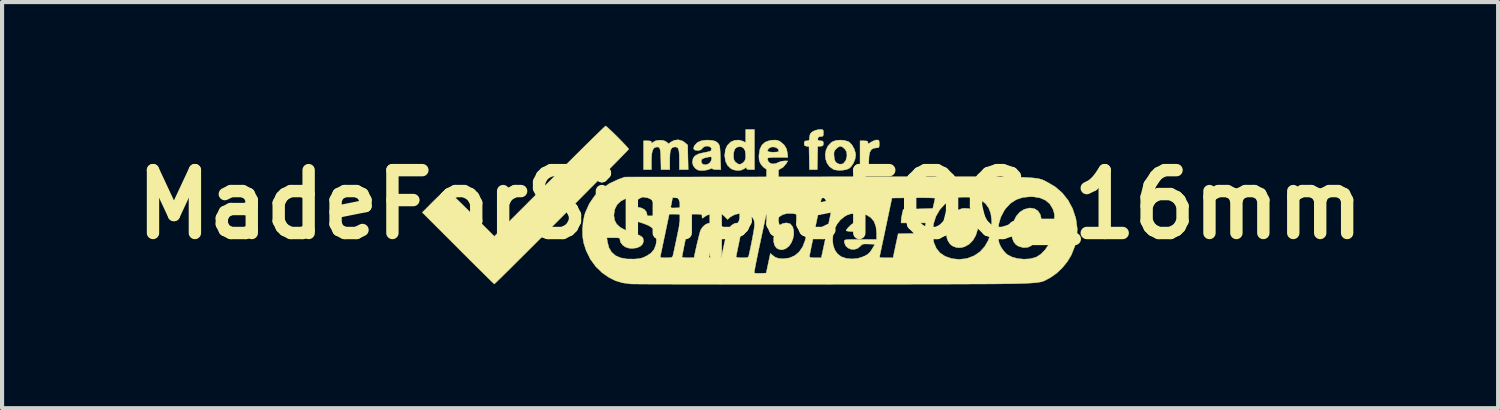
<source format=kicad_pcb>
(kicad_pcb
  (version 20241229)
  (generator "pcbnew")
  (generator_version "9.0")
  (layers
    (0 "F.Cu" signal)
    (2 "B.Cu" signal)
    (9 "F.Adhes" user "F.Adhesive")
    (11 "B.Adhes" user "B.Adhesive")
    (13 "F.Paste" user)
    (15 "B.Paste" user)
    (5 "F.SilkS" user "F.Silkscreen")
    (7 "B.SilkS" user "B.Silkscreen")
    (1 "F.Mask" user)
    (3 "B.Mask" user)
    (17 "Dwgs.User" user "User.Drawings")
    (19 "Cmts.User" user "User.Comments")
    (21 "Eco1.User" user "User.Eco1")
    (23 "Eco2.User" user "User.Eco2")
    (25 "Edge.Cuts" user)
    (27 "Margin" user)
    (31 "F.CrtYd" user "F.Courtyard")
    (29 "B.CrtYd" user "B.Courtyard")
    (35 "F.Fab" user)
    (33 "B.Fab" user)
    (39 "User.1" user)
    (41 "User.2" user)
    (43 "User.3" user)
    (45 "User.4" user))
  (footprint "MadeForSimpleFOC_16mm"
    (layer "F.Cu")
    (at 15.138 1.91)
    (property "Reference" "MadeForSimpleFOC_16mm" (at 0 0 0) (layer "F.SilkS") (effects (font (size 1.524 1.524) (thickness 0.3))))
    (attr through_hole)
    (fp_poly (pts (xy 2.653 0.45) (xy 2.705 0.465) (xy 2.716 0.471) (xy 2.743 0.505) (xy 2.767 0.556) (xy 2.781 0.607) (xy 2.78 0.641) (xy 2.778 0.644) (xy 2.75 0.652) (xy 2.694 0.656) (xy 2.618 0.657) (xy 2.534 0.656) (xy 2.453 0.653) (xy 2.385 0.647) (xy 2.34 0.639) (xy 2.328 0.633) (xy 2.342 0.605) (xy 2.378 0.561) (xy 2.411 0.527) (xy 2.465 0.477) (xy 2.512 0.452) (xy 2.568 0.445) (xy 2.586 0.445) (xy 2.653 0.45)) (stroke (width 0.01) (type solid)) (fill yes) (layer "F.SilkS"))
    (fp_poly (pts (xy 0.955 0.46) (xy 0.981 0.475) (xy 1.032 0.539) (xy 1.057 0.625) (xy 1.059 0.724) (xy 1.04 0.827) (xy 1.001 0.924) (xy 0.945 1.006) (xy 0.873 1.063) (xy 0.857 1.071) (xy 0.805 1.09) (xy 0.771 1.098) (xy 0.768 1.098) (xy 0.736 1.092) (xy 0.704 1.086) (xy 0.641 1.054) (xy 0.598 0.994) (xy 0.575 0.913) (xy 0.572 0.819) (xy 0.588 0.72) (xy 0.624 0.624) (xy 0.679 0.541) (xy 0.718 0.502) (xy 0.794 0.459) (xy 0.878 0.445) (xy 0.955 0.46)) (stroke (width 0.01) (type solid)) (fill yes) (layer "F.SilkS"))
    (fp_poly (pts (xy 5.312 0.098) (xy 5.408 0.138) (xy 5.478 0.211) (xy 5.52 0.315) (xy 5.533 0.443) (xy 5.518 0.603) (xy 5.474 0.746) (xy 5.404 0.867) (xy 5.312 0.961) (xy 5.2 1.023) (xy 5.122 1.043) (xy 5.055 1.046) (xy 4.995 1.038) (xy 4.994 1.038) (xy 4.906 1.003) (xy 4.846 0.952) (xy 4.802 0.884) (xy 4.779 0.83) (xy 4.767 0.774) (xy 4.764 0.703) (xy 4.767 0.631) (xy 4.792 0.469) (xy 4.844 0.332) (xy 4.92 0.222) (xy 5.018 0.143) (xy 5.136 0.098) (xy 5.19 0.091) (xy 5.312 0.098)) (stroke (width 0.01) (type solid)) (fill yes) (layer "F.SilkS"))
    (fp_poly (pts (xy 3.109 -1.563) (xy 3.127 -1.547) (xy 3.132 -1.505) (xy 3.133 -1.471) (xy 3.131 -1.413) (xy 3.12 -1.385) (xy 3.092 -1.376) (xy 3.064 -1.375) (xy 2.991 -1.364) (xy 2.939 -1.33) (xy 2.904 -1.269) (xy 2.885 -1.176) (xy 2.879 -1.046) (xy 2.879 -1.039) (xy 2.879 -0.847) (xy 2.667 -0.847) (xy 2.667 -1.545) (xy 2.762 -1.545) (xy 2.822 -1.542) (xy 2.85 -1.531) (xy 2.857 -1.506) (xy 2.857 -1.503) (xy 2.86 -1.479) (xy 2.874 -1.477) (xy 2.909 -1.497) (xy 2.935 -1.514) (xy 2.997 -1.547) (xy 3.058 -1.565) (xy 3.072 -1.566) (xy 3.109 -1.563)) (stroke (width 0.01) (type solid)) (fill yes) (layer "F.SilkS"))
    (fp_poly (pts (xy 1.751 -1.818) (xy 1.772 -1.802) (xy 1.778 -1.761) (xy 1.778 -1.736) (xy 1.775 -1.681) (xy 1.762 -1.657) (xy 1.729 -1.651) (xy 1.717 -1.651) (xy 1.665 -1.64) (xy 1.645 -1.61) (xy 1.642 -1.569) (xy 1.665 -1.55) (xy 1.718 -1.545) (xy 1.761 -1.539) (xy 1.776 -1.513) (xy 1.778 -1.483) (xy 1.772 -1.439) (xy 1.747 -1.42) (xy 1.709 -1.414) (xy 1.64 -1.408) (xy 1.635 -1.127) (xy 1.629 -0.847) (xy 1.441 -0.847) (xy 1.435 -1.127) (xy 1.429 -1.408) (xy 1.371 -1.414) (xy 1.328 -1.426) (xy 1.313 -1.459) (xy 1.312 -1.483) (xy 1.318 -1.527) (xy 1.343 -1.543) (xy 1.376 -1.545) (xy 1.42 -1.55) (xy 1.437 -1.574) (xy 1.439 -1.61) (xy 1.447 -1.672) (xy 1.462 -1.718) (xy 1.506 -1.762) (xy 1.577 -1.797) (xy 1.661 -1.818) (xy 1.703 -1.82) (xy 1.751 -1.818)) (stroke (width 0.01) (type solid)) (fill yes) (layer "F.SilkS"))
    (fp_poly (pts (xy 2.292 -1.554) (xy 2.378 -1.528) (xy 2.407 -1.511) (xy 2.47 -1.446) (xy 2.522 -1.355) (xy 2.554 -1.257) (xy 2.561 -1.196) (xy 2.546 -1.102) (xy 2.506 -1.005) (xy 2.45 -0.921) (xy 2.407 -0.881) (xy 2.342 -0.851) (xy 2.252 -0.834) (xy 2.154 -0.83) (xy 2.064 -0.84) (xy 2.02 -0.854) (xy 1.931 -0.916) (xy 1.868 -1.002) (xy 1.832 -1.104) (xy 1.824 -1.213) (xy 1.826 -1.225) (xy 2.033 -1.225) (xy 2.037 -1.17) (xy 2.048 -1.09) (xy 2.069 -1.039) (xy 2.095 -1.012) (xy 2.163 -0.979) (xy 2.232 -0.982) (xy 2.267 -1.001) (xy 2.322 -1.07) (xy 2.348 -1.167) (xy 2.349 -1.207) (xy 2.34 -1.279) (xy 2.307 -1.336) (xy 2.288 -1.356) (xy 2.23 -1.403) (xy 2.18 -1.414) (xy 2.128 -1.387) (xy 2.091 -1.354) (xy 2.054 -1.313) (xy 2.037 -1.276) (xy 2.033 -1.225) (xy 1.826 -1.225) (xy 1.842 -1.32) (xy 1.888 -1.419) (xy 1.962 -1.499) (xy 2.011 -1.53) (xy 2.093 -1.556) (xy 2.192 -1.563) (xy 2.292 -1.554)) (stroke (width 0.01) (type solid)) (fill yes) (layer "F.SilkS"))
    (fp_poly (pts (xy 0.106 -0.847) (xy 0.011 -0.847) (xy -0.051 -0.85) (xy -0.08 -0.864) (xy -0.085 -0.88) (xy -0.09 -0.898) (xy -0.112 -0.89) (xy -0.14 -0.869) (xy -0.217 -0.834) (xy -0.31 -0.825) (xy -0.404 -0.843) (xy -0.466 -0.873) (xy -0.547 -0.951) (xy -0.596 -1.052) (xy -0.614 -1.18) (xy -0.614 -1.193) (xy -0.402 -1.193) (xy -0.398 -1.117) (xy -0.383 -1.067) (xy -0.351 -1.026) (xy -0.35 -1.026) (xy -0.302 -0.99) (xy -0.256 -0.974) (xy -0.254 -0.974) (xy -0.209 -0.988) (xy -0.161 -1.023) (xy -0.158 -1.026) (xy -0.126 -1.067) (xy -0.11 -1.117) (xy -0.106 -1.192) (xy -0.106 -1.193) (xy -0.117 -1.296) (xy -0.151 -1.364) (xy -0.209 -1.399) (xy -0.254 -1.404) (xy -0.326 -1.388) (xy -0.374 -1.34) (xy -0.398 -1.257) (xy -0.402 -1.193) (xy -0.614 -1.193) (xy -0.614 -1.196) (xy -0.599 -1.327) (xy -0.554 -1.431) (xy -0.476 -1.511) (xy -0.466 -1.519) (xy -0.374 -1.558) (xy -0.27 -1.564) (xy -0.171 -1.536) (xy -0.168 -1.534) (xy -0.106 -1.502) (xy -0.106 -1.82) (xy 0.106 -1.82) (xy 0.106 -0.847)) (stroke (width 0.01) (type solid)) (fill yes) (layer "F.SilkS"))
    (fp_poly (pts (xy -1.647 -1.546) (xy -1.583 -1.505) (xy -1.513 -1.443) (xy -1.507 -1.145) (xy -1.5 -0.847) (xy -1.714 -0.847) (xy -1.714 -1.081) (xy -1.716 -1.205) (xy -1.724 -1.292) (xy -1.738 -1.349) (xy -1.761 -1.382) (xy -1.795 -1.395) (xy -1.82 -1.397) (xy -1.87 -1.39) (xy -1.905 -1.364) (xy -1.929 -1.315) (xy -1.942 -1.236) (xy -1.947 -1.123) (xy -1.947 -1.075) (xy -1.947 -0.847) (xy -2.158 -0.847) (xy -2.164 -1.104) (xy -2.168 -1.225) (xy -2.176 -1.31) (xy -2.19 -1.363) (xy -2.213 -1.39) (xy -2.247 -1.397) (xy -2.291 -1.39) (xy -2.333 -1.367) (xy -2.362 -1.32) (xy -2.381 -1.245) (xy -2.39 -1.135) (xy -2.392 -1.045) (xy -2.392 -0.847) (xy -2.582 -0.847) (xy -2.582 -1.545) (xy -2.487 -1.545) (xy -2.426 -1.542) (xy -2.397 -1.529) (xy -2.392 -1.51) (xy -2.388 -1.488) (xy -2.371 -1.494) (xy -2.35 -1.513) (xy -2.287 -1.547) (xy -2.202 -1.561) (xy -2.115 -1.556) (xy -2.057 -1.536) (xy -2.012 -1.508) (xy -1.99 -1.482) (xy -1.99 -1.479) (xy -1.976 -1.477) (xy -1.941 -1.498) (xy -1.925 -1.512) (xy -1.839 -1.558) (xy -1.742 -1.57) (xy -1.647 -1.546)) (stroke (width 0.01) (type solid)) (fill yes) (layer "F.SilkS"))
    (fp_poly (pts (xy 0.679 -1.553) (xy 0.729 -1.527) (xy 0.739 -1.521) (xy 0.829 -1.442) (xy 0.883 -1.353) (xy 0.905 -1.25) (xy 0.916 -1.143) (xy 0.669 -1.143) (xy 0.564 -1.143) (xy 0.494 -1.14) (xy 0.452 -1.135) (xy 0.431 -1.126) (xy 0.424 -1.111) (xy 0.423 -1.102) (xy 0.441 -1.042) (xy 0.488 -1.001) (xy 0.553 -0.985) (xy 0.628 -0.995) (xy 0.668 -1.014) (xy 0.747 -1.046) (xy 0.829 -1.058) (xy 0.914 -1.058) (xy 0.874 -0.99) (xy 0.802 -0.906) (xy 0.706 -0.85) (xy 0.595 -0.823) (xy 0.48 -0.829) (xy 0.381 -0.865) (xy 0.322 -0.909) (xy 0.269 -0.97) (xy 0.258 -0.986) (xy 0.231 -1.042) (xy 0.218 -1.099) (xy 0.215 -1.174) (xy 0.217 -1.211) (xy 0.235 -1.321) (xy 0.424 -1.321) (xy 0.426 -1.293) (xy 0.467 -1.276) (xy 0.546 -1.27) (xy 0.561 -1.27) (xy 0.641 -1.273) (xy 0.685 -1.281) (xy 0.698 -1.298) (xy 0.699 -1.298) (xy 0.68 -1.347) (xy 0.634 -1.381) (xy 0.572 -1.398) (xy 0.509 -1.393) (xy 0.457 -1.364) (xy 0.424 -1.321) (xy 0.235 -1.321) (xy 0.238 -1.342) (xy 0.288 -1.443) (xy 0.367 -1.513) (xy 0.476 -1.553) (xy 0.545 -1.562) (xy 0.623 -1.563) (xy 0.679 -1.553)) (stroke (width 0.01) (type solid)) (fill yes) (layer "F.SilkS"))
    (fp_poly (pts (xy -0.982 -1.561) (xy -0.897 -1.551) (xy -0.841 -1.535) (xy -0.799 -1.507) (xy -0.786 -1.494) (xy -0.764 -1.47) (xy -0.748 -1.444) (xy -0.737 -1.409) (xy -0.73 -1.357) (xy -0.725 -1.28) (xy -0.721 -1.17) (xy -0.72 -1.143) (xy -0.709 -0.847) (xy -0.808 -0.847) (xy -0.868 -0.851) (xy -0.907 -0.862) (xy -0.914 -0.869) (xy -0.937 -0.877) (xy -0.985 -0.859) (xy -1.043 -0.839) (xy -1.121 -0.827) (xy -1.161 -0.826) (xy -1.233 -0.829) (xy -1.282 -0.845) (xy -1.326 -0.878) (xy -1.335 -0.887) (xy -1.38 -0.947) (xy -1.396 -1.013) (xy -1.397 -1.032) (xy -1.394 -1.048) (xy -1.185 -1.048) (xy -1.169 -0.997) (xy -1.127 -0.969) (xy -1.07 -0.964) (xy -1.011 -0.985) (xy -0.968 -1.02) (xy -0.94 -1.073) (xy -0.931 -1.115) (xy -0.935 -1.147) (xy -0.954 -1.159) (xy -1 -1.153) (xy -1.011 -1.152) (xy -1.099 -1.132) (xy -1.153 -1.111) (xy -1.179 -1.082) (xy -1.185 -1.048) (xy -1.394 -1.048) (xy -1.382 -1.118) (xy -1.334 -1.182) (xy -1.251 -1.227) (xy -1.172 -1.248) (xy -1.074 -1.267) (xy -1.01 -1.281) (xy -0.972 -1.292) (xy -0.951 -1.303) (xy -0.942 -1.317) (xy -0.939 -1.324) (xy -0.938 -1.368) (xy -0.968 -1.399) (xy -1.016 -1.416) (xy -1.071 -1.416) (xy -1.124 -1.396) (xy -1.156 -1.365) (xy -1.191 -1.328) (xy -1.243 -1.313) (xy -1.273 -1.312) (xy -1.339 -1.321) (xy -1.368 -1.35) (xy -1.361 -1.4) (xy -1.341 -1.438) (xy -1.278 -1.505) (xy -1.182 -1.547) (xy -1.059 -1.563) (xy -0.982 -1.561)) (stroke (width 0.01) (type solid)) (fill yes) (layer "F.SilkS"))
    (fp_poly (pts (xy -3.481 -1.891) (xy -3.436 -1.851) (xy -3.374 -1.793) (xy -3.3 -1.722) (xy -3.22 -1.643) (xy -3.141 -1.563) (xy -3.068 -1.487) (xy -3.006 -1.422) (xy -2.963 -1.373) (xy -2.943 -1.346) (xy -2.942 -1.344) (xy -2.957 -1.327) (xy -2.999 -1.282) (xy -3.067 -1.213) (xy -3.157 -1.12) (xy -3.268 -1.007) (xy -3.397 -0.876) (xy -3.543 -0.729) (xy -3.701 -0.569) (xy -3.871 -0.398) (xy -4.05 -0.218) (xy -4.235 -0.031) (xy -4.425 0.159) (xy -4.616 0.351) (xy -4.807 0.542) (xy -4.995 0.73) (xy -5.177 0.913) (xy -5.352 1.088) (xy -5.517 1.252) (xy -5.67 1.404) (xy -5.808 1.542) (xy -5.93 1.662) (xy -6.031 1.762) (xy -6.112 1.841) (xy -6.168 1.895) (xy -6.198 1.923) (xy -6.202 1.926) (xy -6.218 1.912) (xy -6.262 1.87) (xy -6.33 1.803) (xy -6.421 1.714) (xy -6.53 1.606) (xy -6.656 1.482) (xy -6.796 1.342) (xy -6.947 1.192) (xy -7.08 1.058) (xy -7.948 0.191) (xy -7.673 -0.085) (xy -7.584 -0.172) (xy -7.503 -0.248) (xy -7.437 -0.308) (xy -7.389 -0.347) (xy -7.366 -0.36) (xy -7.345 -0.345) (xy -7.297 -0.304) (xy -7.226 -0.239) (xy -7.136 -0.154) (xy -7.03 -0.052) (xy -6.912 0.064) (xy -6.784 0.19) (xy -6.768 0.206) (xy -6.202 0.772) (xy -4.863 -0.566) (xy -4.665 -0.764) (xy -4.476 -0.953) (xy -4.297 -1.13) (xy -4.131 -1.295) (xy -3.979 -1.445) (xy -3.845 -1.577) (xy -3.729 -1.69) (xy -3.635 -1.781) (xy -3.565 -1.849) (xy -3.52 -1.891) (xy -3.503 -1.905) (xy -3.481 -1.891)) (stroke (width 0.01) (type solid)) (fill yes) (layer "F.SilkS"))
    (fp_poly (pts (xy 4.886 -0.675) (xy 5.183 -0.675) (xy 5.45 -0.674) (xy 5.69 -0.673) (xy 5.904 -0.672) (xy 6.093 -0.67) (xy 6.261 -0.668) (xy 6.407 -0.665) (xy 6.534 -0.662) (xy 6.644 -0.658) (xy 6.737 -0.653) (xy 6.817 -0.648) (xy 6.883 -0.643) (xy 6.939 -0.636) (xy 6.986 -0.629) (xy 7.024 -0.62) (xy 7.057 -0.611) (xy 7.086 -0.601) (xy 7.111 -0.591) (xy 7.136 -0.579) (xy 7.161 -0.566) (xy 7.188 -0.552) (xy 7.207 -0.543) (xy 7.403 -0.427) (xy 7.572 -0.279) (xy 7.712 -0.103) (xy 7.82 0.098) (xy 7.894 0.32) (xy 7.904 0.365) (xy 7.933 0.583) (xy 7.925 0.792) (xy 7.879 0.998) (xy 7.795 1.21) (xy 7.787 1.228) (xy 7.693 1.384) (xy 7.572 1.533) (xy 7.433 1.665) (xy 7.287 1.767) (xy 7.239 1.794) (xy 7.211 1.808) (xy 7.186 1.822) (xy 7.163 1.834) (xy 7.139 1.846) (xy 7.115 1.856) (xy 7.086 1.866) (xy 7.053 1.875) (xy 7.014 1.882) (xy 6.966 1.889) (xy 6.908 1.896) (xy 6.838 1.901) (xy 6.755 1.906) (xy 6.657 1.911) (xy 6.542 1.914) (xy 6.409 1.918) (xy 6.256 1.92) (xy 6.082 1.923) (xy 5.884 1.925) (xy 5.661 1.926) (xy 5.411 1.927) (xy 5.133 1.928) (xy 4.825 1.929) (xy 4.485 1.93) (xy 4.112 1.93) (xy 3.704 1.931) (xy 3.259 1.931) (xy 2.776 1.932) (xy 2.253 1.932) (xy 2.05 1.932) (xy 1.6 1.933) (xy 1.161 1.933) (xy 0.733 1.933) (xy 0.32 1.933) (xy -0.078 1.933) (xy -0.458 1.933) (xy -0.817 1.932) (xy -1.155 1.932) (xy -1.47 1.932) (xy -1.758 1.931) (xy -2.019 1.93) (xy -2.25 1.93) (xy -2.449 1.929) (xy -2.615 1.928) (xy -2.745 1.927) (xy -2.837 1.926) (xy -2.89 1.925) (xy -2.9 1.924) (xy -3.096 1.897) (xy -3.269 1.844) (xy -3.432 1.761) (xy -3.58 1.657) (xy 0.101 1.657) (xy 0.125 1.665) (xy 0.179 1.669) (xy 0.25 1.668) (xy 0.391 1.662) (xy 0.442 1.423) (xy 0.493 1.184) (xy 0.538 1.224) (xy 0.61 1.278) (xy 0.69 1.306) (xy 0.791 1.315) (xy 0.804 1.315) (xy 0.953 1.295) (xy 1.035 1.26) (xy 1.439 1.26) (xy 1.449 1.277) (xy 1.482 1.287) (xy 1.547 1.291) (xy 1.584 1.291) (xy 1.728 1.291) (xy 1.82 0.86) (xy 2.001 0.86) (xy 2.014 0.986) (xy 2.054 1.1) (xy 2.119 1.195) (xy 2.21 1.264) (xy 2.333 1.306) (xy 2.474 1.319) (xy 2.62 1.304) (xy 2.737 1.266) (xy 3.14 1.266) (xy 3.147 1.281) (xy 3.173 1.288) (xy 3.228 1.291) (xy 3.3 1.291) (xy 3.468 1.291) (xy 3.493 1.169) (xy 3.511 1.086) (xy 3.532 0.984) (xy 3.554 0.883) (xy 3.555 0.878) (xy 3.591 0.709) (xy 3.9 0.703) (xy 4.022 0.701) (xy 4.109 0.697) (xy 4.168 0.689) (xy 4.203 0.674) (xy 4.215 0.659) (xy 4.426 0.659) (xy 4.428 0.757) (xy 4.457 0.925) (xy 4.517 1.064) (xy 4.608 1.174) (xy 4.729 1.255) (xy 4.882 1.308) (xy 4.9 1.312) (xy 5.067 1.33) (xy 5.228 1.313) (xy 5.277 1.302) (xy 5.439 1.239) (xy 5.578 1.143) (xy 5.692 1.017) (xy 5.779 0.864) (xy 5.835 0.689) (xy 5.839 0.658) (xy 6.013 0.658) (xy 6.015 0.735) (xy 6.022 0.835) (xy 6.033 0.908) (xy 6.053 0.969) (xy 6.085 1.033) (xy 6.089 1.039) (xy 6.143 1.118) (xy 6.208 1.189) (xy 6.241 1.216) (xy 6.355 1.274) (xy 6.493 1.311) (xy 6.642 1.325) (xy 6.789 1.316) (xy 6.921 1.282) (xy 6.95 1.269) (xy 7.056 1.2) (xy 7.155 1.098) (xy 7.24 0.973) (xy 7.303 0.836) (xy 7.312 0.81) (xy 7.317 0.786) (xy 7.31 0.772) (xy 7.283 0.765) (xy 7.227 0.762) (xy 7.158 0.762) (xy 7.074 0.763) (xy 7.023 0.767) (xy 6.995 0.777) (xy 6.982 0.795) (xy 6.976 0.815) (xy 6.944 0.877) (xy 6.886 0.942) (xy 6.814 0.999) (xy 6.741 1.034) (xy 6.736 1.036) (xy 6.627 1.044) (xy 6.519 1.015) (xy 6.448 0.972) (xy 6.393 0.904) (xy 6.356 0.807) (xy 6.341 0.692) (xy 6.348 0.571) (xy 6.389 0.414) (xy 6.454 0.284) (xy 6.541 0.184) (xy 6.647 0.117) (xy 6.768 0.086) (xy 6.804 0.085) (xy 6.901 0.103) (xy 6.98 0.155) (xy 7.033 0.233) (xy 7.046 0.275) (xy 7.061 0.349) (xy 7.377 0.349) (xy 7.383 0.28) (xy 7.377 0.214) (xy 7.352 0.13) (xy 7.338 0.098) (xy 7.265 -0.019) (xy 7.165 -0.104) (xy 7.037 -0.16) (xy 6.879 -0.188) (xy 6.796 -0.191) (xy 6.613 -0.173) (xy 6.454 -0.12) (xy 6.315 -0.03) (xy 6.197 0.097) (xy 6.161 0.149) (xy 6.078 0.306) (xy 6.03 0.473) (xy 6.013 0.658) (xy 5.839 0.658) (xy 5.86 0.495) (xy 5.859 0.378) (xy 5.837 0.216) (xy 5.787 0.083) (xy 5.708 -0.024) (xy 5.596 -0.112) (xy 5.557 -0.134) (xy 5.513 -0.155) (xy 5.465 -0.168) (xy 5.404 -0.176) (xy 5.319 -0.179) (xy 5.228 -0.18) (xy 5.121 -0.179) (xy 5.045 -0.176) (xy 4.99 -0.168) (xy 4.944 -0.154) (xy 4.897 -0.131) (xy 4.877 -0.12) (xy 4.724 -0.012) (xy 4.6 0.124) (xy 4.507 0.285) (xy 4.449 0.464) (xy 4.426 0.659) (xy 4.215 0.659) (xy 4.224 0.648) (xy 4.235 0.609) (xy 4.243 0.552) (xy 4.245 0.542) (xy 4.259 0.445) (xy 3.662 0.445) (xy 3.664 0.386) (xy 3.67 0.331) (xy 3.683 0.257) (xy 3.69 0.222) (xy 3.715 0.116) (xy 4.073 0.106) (xy 4.431 0.095) (xy 4.458 -0.021) (xy 4.473 -0.088) (xy 4.484 -0.137) (xy 4.486 -0.154) (xy 4.466 -0.158) (xy 4.41 -0.161) (xy 4.322 -0.164) (xy 4.209 -0.165) (xy 4.077 -0.165) (xy 3.963 -0.164) (xy 3.44 -0.159) (xy 3.298 0.516) (xy 3.264 0.681) (xy 3.231 0.835) (xy 3.202 0.972) (xy 3.178 1.086) (xy 3.159 1.173) (xy 3.148 1.227) (xy 3.144 1.241) (xy 3.14 1.266) (xy 2.737 1.266) (xy 2.758 1.259) (xy 2.773 1.252) (xy 2.85 1.208) (xy 2.906 1.157) (xy 2.958 1.081) (xy 2.959 1.079) (xy 3.028 0.963) (xy 2.876 0.957) (xy 2.795 0.955) (xy 2.744 0.959) (xy 2.712 0.971) (xy 2.686 0.996) (xy 2.679 1.004) (xy 2.61 1.061) (xy 2.53 1.087) (xy 2.449 1.084) (xy 2.376 1.054) (xy 2.319 1) (xy 2.289 0.925) (xy 2.286 0.89) (xy 2.288 0.875) (xy 2.296 0.864) (xy 2.317 0.856) (xy 2.357 0.851) (xy 2.42 0.848) (xy 2.513 0.847) (xy 2.641 0.847) (xy 2.678 0.847) (xy 3.069 0.847) (xy 3.069 0.693) (xy 3.053 0.538) (xy 3.008 0.413) (xy 2.933 0.319) (xy 2.829 0.254) (xy 2.694 0.22) (xy 2.538 0.215) (xy 2.44 0.226) (xy 2.363 0.25) (xy 2.294 0.287) (xy 2.189 0.372) (xy 2.107 0.478) (xy 2.047 0.599) (xy 2.012 0.729) (xy 2.001 0.86) (xy 1.82 0.86) (xy 1.88 0.577) (xy 1.916 0.409) (xy 1.949 0.254) (xy 1.977 0.117) (xy 2.001 0.003) (xy 2.019 -0.084) (xy 2.029 -0.137) (xy 2.032 -0.153) (xy 2.013 -0.161) (xy 1.962 -0.167) (xy 1.89 -0.169) (xy 1.884 -0.169) (xy 1.806 -0.168) (xy 1.761 -0.163) (xy 1.737 -0.15) (xy 1.727 -0.127) (xy 1.725 -0.122) (xy 1.711 -0.058) (xy 1.691 0.034) (xy 1.666 0.15) (xy 1.638 0.283) (xy 1.608 0.426) (xy 1.577 0.575) (xy 1.547 0.723) (xy 1.518 0.865) (xy 1.491 0.993) (xy 1.469 1.103) (xy 1.452 1.188) (xy 1.442 1.243) (xy 1.439 1.26) (xy 1.035 1.26) (xy 1.083 1.239) (xy 1.191 1.148) (xy 1.276 1.024) (xy 1.336 0.868) (xy 1.355 0.784) (xy 1.369 0.627) (xy 1.352 0.491) (xy 1.306 0.378) (xy 1.232 0.292) (xy 1.133 0.237) (xy 1.04 0.217) (xy 0.904 0.215) (xy 0.796 0.242) (xy 0.723 0.286) (xy 0.662 0.337) (xy 0.672 0.285) (xy 0.676 0.258) (xy 0.667 0.242) (xy 0.637 0.235) (xy 0.578 0.233) (xy 0.537 0.233) (xy 0.392 0.233) (xy 0.242 0.937) (xy 0.206 1.104) (xy 0.175 1.257) (xy 0.147 1.393) (xy 0.125 1.506) (xy 0.11 1.59) (xy 0.101 1.643) (xy 0.101 1.657) (xy -3.58 1.657) (xy -3.582 1.656) (xy -3.74 1.505) (xy -3.872 1.324) (xy -3.974 1.117) (xy -4.034 0.932) (xy -4.055 0.804) (xy -3.474 0.804) (xy -3.459 0.905) (xy -3.423 1.045) (xy -3.358 1.155) (xy -3.264 1.238) (xy -3.139 1.292) (xy -2.982 1.32) (xy -2.805 1.322) (xy -2.696 1.312) (xy -2.612 1.293) (xy -2.551 1.268) (xy -2.177 1.268) (xy -2.167 1.283) (xy -2.136 1.289) (xy -2.074 1.291) (xy -2.036 1.291) (xy -1.955 1.289) (xy -1.907 1.283) (xy -1.888 1.272) (xy -1.651 1.272) (xy -1.632 1.281) (xy -1.581 1.288) (xy -1.509 1.291) (xy -1.503 1.291) (xy -1.43 1.29) (xy -1.377 1.288) (xy -1.355 1.284) (xy -1.355 1.284) (xy -1.35 1.247) (xy -1.336 1.179) (xy -1.317 1.09) (xy -1.294 0.987) (xy -1.268 0.881) (xy -1.244 0.781) (xy -1.222 0.697) (xy -1.205 0.637) (xy -1.196 0.614) (xy -1.144 0.538) (xy -1.081 0.484) (xy -1.015 0.454) (xy -0.954 0.449) (xy -0.905 0.47) (xy -0.874 0.518) (xy -0.868 0.564) (xy -0.872 0.612) (xy -0.884 0.691) (xy -0.901 0.793) (xy -0.923 0.906) (xy -0.931 0.945) (xy -0.954 1.055) (xy -0.973 1.149) (xy -0.987 1.222) (xy -0.994 1.264) (xy -0.995 1.271) (xy -0.975 1.281) (xy -0.924 1.288) (xy -0.853 1.291) (xy -0.847 1.291) (xy -0.769 1.29) (xy -0.723 1.285) (xy -0.7 1.272) (xy -0.69 1.249) (xy -0.688 1.244) (xy -0.68 1.205) (xy -0.665 1.134) (xy -0.645 1.043) (xy -0.624 0.945) (xy -0.593 0.804) (xy -0.563 0.698) (xy -0.533 0.619) (xy -0.499 0.559) (xy -0.458 0.513) (xy -0.44 0.497) (xy -0.369 0.455) (xy -0.301 0.447) (xy -0.247 0.47) (xy -0.214 0.521) (xy -0.207 0.575) (xy -0.213 0.621) (xy -0.226 0.7) (xy -0.244 0.8) (xy -0.267 0.912) (xy -0.274 0.949) (xy -0.297 1.057) (xy -0.316 1.151) (xy -0.331 1.223) (xy -0.338 1.264) (xy -0.339 1.271) (xy -0.319 1.281) (xy -0.268 1.288) (xy -0.196 1.291) (xy -0.191 1.291) (xy -0.113 1.29) (xy -0.067 1.285) (xy -0.044 1.272) (xy -0.033 1.249) (xy -0.032 1.244) (xy 0.000154 1.099) (xy 0.031 0.952) (xy 0.058 0.813) (xy 0.081 0.687) (xy 0.098 0.584) (xy 0.107 0.51) (xy 0.109 0.484) (xy 0.098 0.387) (xy 0.061 0.316) (xy -0.01 0.261) (xy -0.026 0.252) (xy -0.134 0.218) (xy -0.254 0.216) (xy -0.372 0.243) (xy -0.474 0.298) (xy -0.499 0.319) (xy -0.544 0.362) (xy -0.619 0.287) (xy -0.668 0.243) (xy -0.711 0.22) (xy -0.767 0.212) (xy -0.813 0.212) (xy -0.937 0.225) (xy -1.047 0.26) (xy -1.126 0.311) (xy -1.154 0.332) (xy -1.163 0.32) (xy -1.164 0.289) (xy -1.166 0.259) (xy -1.179 0.242) (xy -1.212 0.235) (xy -1.274 0.233) (xy -1.3 0.233) (xy -1.436 0.233) (xy -1.47 0.386) (xy -1.496 0.509) (xy -1.524 0.641) (xy -1.552 0.775) (xy -1.579 0.906) (xy -1.604 1.027) (xy -1.624 1.13) (xy -1.64 1.21) (xy -1.649 1.259) (xy -1.651 1.272) (xy -1.888 1.272) (xy -1.883 1.269) (xy -1.875 1.254) (xy -1.865 1.215) (xy -1.849 1.143) (xy -1.828 1.047) (xy -1.804 0.933) (xy -1.778 0.81) (xy -1.752 0.684) (xy -1.727 0.562) (xy -1.705 0.453) (xy -1.688 0.363) (xy -1.676 0.3) (xy -1.672 0.272) (xy -1.677 0.251) (xy -1.698 0.239) (xy -1.744 0.234) (xy -1.817 0.233) (xy -1.961 0.233) (xy -2.062 0.714) (xy -2.091 0.854) (xy -2.118 0.982) (xy -2.141 1.092) (xy -2.159 1.177) (xy -2.17 1.23) (xy -2.174 1.244) (xy -2.177 1.268) (xy -2.551 1.268) (xy -2.531 1.26) (xy -2.52 1.254) (xy -2.404 1.179) (xy -2.326 1.086) (xy -2.282 0.971) (xy -2.27 0.872) (xy -2.274 0.749) (xy -2.304 0.651) (xy -2.364 0.572) (xy -2.456 0.51) (xy -2.585 0.458) (xy -2.634 0.443) (xy -2.725 0.414) (xy -2.816 0.381) (xy -2.879 0.354) (xy -2.939 0.319) (xy -2.969 0.285) (xy -2.98 0.243) (xy -2.969 0.175) (xy -2.928 0.123) (xy -2.864 0.088) (xy -2.787 0.069) (xy -2.705 0.068) (xy -2.626 0.086) (xy -2.561 0.122) (xy -2.516 0.177) (xy -2.505 0.212) (xy -2.492 0.275) (xy -2.18 0.275) (xy -2.181 0.217) (xy -2.2 0.118) (xy -2.229 0.063) (xy -1.924 0.063) (xy -1.915 0.077) (xy -1.887 0.083) (xy -1.829 0.082) (xy -1.777 0.08) (xy -1.622 0.074) (xy -1.595 -0.042) (xy -1.58 -0.107) (xy -1.57 -0.151) (xy -1.567 -0.164) (xy -1.586 -0.167) (xy -1.637 -0.168) (xy -1.71 -0.169) (xy -1.723 -0.169) (xy -1.879 -0.169) (xy -1.894 -0.09) (xy -1.906 -0.023) (xy -1.919 0.034) (xy -1.92 0.038) (xy -1.924 0.063) (xy -2.229 0.063) (xy -2.252 0.019) (xy -2.328 -0.07) (xy -2.419 -0.137) (xy -2.492 -0.168) (xy -2.597 -0.186) (xy -2.723 -0.191) (xy -2.851 -0.183) (xy -2.964 -0.163) (xy -3.009 -0.149) (xy -3.136 -0.083) (xy -3.226 0.004) (xy -3.281 0.114) (xy -3.302 0.248) (xy -3.302 0.264) (xy -3.286 0.378) (xy -3.236 0.473) (xy -3.15 0.553) (xy -3.027 0.619) (xy -2.912 0.66) (xy -2.777 0.705) (xy -2.677 0.749) (xy -2.615 0.79) (xy -2.596 0.816) (xy -2.584 0.894) (xy -2.609 0.962) (xy -2.665 1.015) (xy -2.748 1.05) (xy -2.853 1.063) (xy -2.94 1.057) (xy -3.022 1.03) (xy -3.091 0.98) (xy -3.139 0.916) (xy -3.154 0.857) (xy -3.156 0.83) (xy -3.168 0.815) (xy -3.198 0.807) (xy -3.257 0.805) (xy -3.314 0.804) (xy -3.474 0.804) (xy -4.055 0.804) (xy -4.058 0.785) (xy -4.063 0.616) (xy -4.05 0.442) (xy -4.02 0.278) (xy -3.995 0.195) (xy -3.897 -0.022) (xy -3.767 -0.212) (xy -3.605 -0.374) (xy -3.413 -0.508) (xy -3.193 -0.611) (xy -3.175 -0.617) (xy -3.037 -0.667) (xy 1.857 -0.672) (xy 2.404 -0.673) (xy 2.91 -0.674) (xy 3.376 -0.674) (xy 3.806 -0.675) (xy 4.199 -0.675) (xy 4.559 -0.675) (xy 4.886 -0.675)) (stroke (width 0.01) (type solid)) (fill yes) (layer "F.SilkS")))
  (gr_rect
    (start -3 -3)
    (end 33.277 6.848)
    (stroke (width 0.1) (type default))
    (fill no)
    (layer "Edge.Cuts")))
</source>
